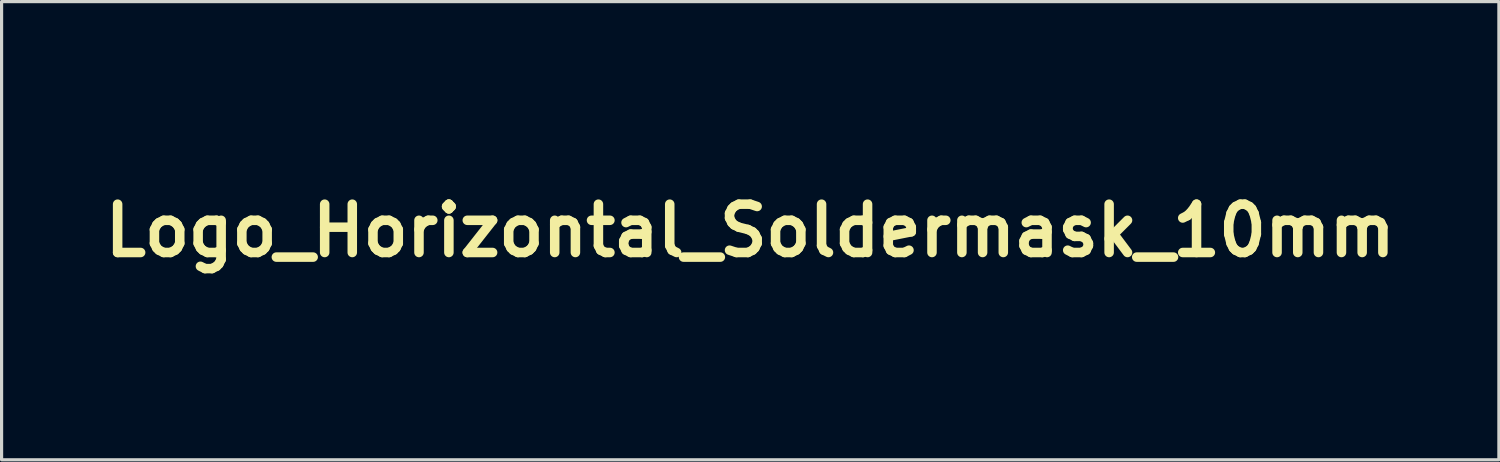
<source format=kicad_pcb>
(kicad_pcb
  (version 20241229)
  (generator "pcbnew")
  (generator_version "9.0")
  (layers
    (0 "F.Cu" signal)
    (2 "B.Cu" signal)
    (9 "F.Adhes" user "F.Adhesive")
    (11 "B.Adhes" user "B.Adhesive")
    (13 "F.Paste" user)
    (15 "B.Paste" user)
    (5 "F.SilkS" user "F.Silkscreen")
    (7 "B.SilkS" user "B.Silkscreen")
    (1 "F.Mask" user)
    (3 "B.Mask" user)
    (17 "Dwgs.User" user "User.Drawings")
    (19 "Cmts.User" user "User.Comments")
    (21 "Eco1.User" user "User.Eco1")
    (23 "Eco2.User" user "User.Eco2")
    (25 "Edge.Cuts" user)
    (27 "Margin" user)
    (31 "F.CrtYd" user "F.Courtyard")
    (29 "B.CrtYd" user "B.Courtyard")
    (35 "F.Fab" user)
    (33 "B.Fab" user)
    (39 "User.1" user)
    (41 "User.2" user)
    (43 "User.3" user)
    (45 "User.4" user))
  (footprint "Logo_Horizontal_Soldermask_10mm"
    (layer "F.Cu")
    (at 20.618 4.226)
    (property "Reference" "Logo_Horizontal_Soldermask_10mm" (at 0 0 0) (layer "F.SilkS") (effects (font (size 1.524 1.524) (thickness 0.3))))
    (attr through_hole)
    (fp_poly (pts (xy 9.427 -0.676) (xy 10.897 -0.676) (xy 10.897 -0.076) (xy 8.768 -0.076) (xy 8.768 -3.041) (xy 9.427 -3.041) (xy 9.427 -0.676)) (stroke (width 0.01) (type solid)) (fill yes) (layer "F.Mask"))
    (fp_poly (pts (xy 2.39 -2.433) (xy 1.487 -2.433) (xy 1.487 -0.076) (xy 0.828 -0.076) (xy 0.828 -2.433) (xy -0.076 -2.433) (xy -0.076 -3.041) (xy 2.39 -3.041) (xy 2.39 -2.433)) (stroke (width 0.01) (type solid)) (fill yes) (layer "F.Mask"))
    (fp_poly (pts (xy 10.922 1.107) (xy 9.925 1.107) (xy 9.925 3.759) (xy 9.579 3.759) (xy 9.579 1.107) (xy 8.591 1.107) (xy 8.591 0.794) (xy 10.922 0.794) (xy 10.922 1.107)) (stroke (width 0.01) (type solid)) (fill yes) (layer "F.Mask"))
    (fp_poly (pts (xy 5.119 -2.45) (xy 3.531 -2.45) (xy 3.531 -1.858) (xy 4.933 -1.858) (xy 4.933 -1.275) (xy 3.531 -1.275) (xy 3.531 -0.659) (xy 5.144 -0.659) (xy 5.144 -0.076) (xy 2.88 -0.076) (xy 2.88 -3.041) (xy 5.119 -3.041) (xy 5.119 -2.45)) (stroke (width 0.01) (type solid)) (fill yes) (layer "F.Mask"))
    (fp_poly (pts (xy 8.118 1.107) (xy 6.31 1.107) (xy 6.31 2.112) (xy 7.923 2.112) (xy 7.923 2.424) (xy 6.31 2.424) (xy 6.31 3.446) (xy 8.134 3.446) (xy 8.134 3.759) (xy 5.964 3.759) (xy 5.964 0.794) (xy 8.118 0.794) (xy 8.118 1.107)) (stroke (width 0.01) (type solid)) (fill yes) (layer "F.Mask"))
    (fp_poly (pts (xy 3.273 2.55) (xy 4.961 0.794) (xy 5.18 0.794) (xy 5.245 0.794) (xy 5.3 0.795) (xy 5.345 0.796) (xy 5.376 0.798) (xy 5.393 0.8) (xy 5.396 0.802) (xy 5.39 0.809) (xy 5.373 0.827) (xy 5.345 0.856) (xy 5.309 0.894) (xy 5.263 0.941) (xy 5.21 0.995) (xy 5.15 1.057) (xy 5.084 1.125) (xy 5.012 1.198) (xy 4.937 1.275) (xy 4.857 1.356) (xy 4.831 1.383) (xy 4.749 1.466) (xy 4.669 1.548) (xy 4.592 1.626) (xy 4.52 1.701) (xy 4.452 1.77) (xy 4.391 1.833) (xy 4.336 1.889) (xy 4.289 1.937) (xy 4.251 1.976) (xy 4.223 2.005) (xy 4.206 2.023) (xy 4.204 2.025) (xy 4.138 2.094) (xy 4.792 2.917) (xy 4.874 3.02) (xy 4.953 3.12) (xy 5.029 3.215) (xy 5.101 3.306) (xy 5.167 3.39) (xy 5.229 3.467) (xy 5.284 3.537) (xy 5.332 3.598) (xy 5.374 3.65) (xy 5.407 3.692) (xy 5.431 3.723) (xy 5.447 3.743) (xy 5.452 3.75) (xy 5.448 3.753) (xy 5.433 3.755) (xy 5.404 3.757) (xy 5.361 3.758) (xy 5.303 3.759) (xy 5.243 3.759) (xy 5.028 3.759) (xy 4.463 3.045) (xy 3.898 2.331) (xy 3.584 2.65) (xy 3.269 2.968) (xy 3.269 3.759) (xy 2.931 3.759) (xy 2.931 0.794) (xy 3.269 0.794) (xy 3.273 2.55)) (stroke (width 0.01) (type solid)) (fill yes) (layer "F.Mask"))
    (fp_poly (pts (xy 16.845 0.794) (xy 16.894 0.795) (xy 16.936 0.796) (xy 16.966 0.797) (xy 16.984 0.798) (xy 16.987 0.799) (xy 16.982 0.806) (xy 16.968 0.827) (xy 16.946 0.859) (xy 16.916 0.904) (xy 16.879 0.958) (xy 16.835 1.023) (xy 16.784 1.096) (xy 16.728 1.178) (xy 16.667 1.267) (xy 16.602 1.362) (xy 16.532 1.463) (xy 16.46 1.568) (xy 16.384 1.678) (xy 16.374 1.692) (xy 15.762 2.58) (xy 15.762 3.759) (xy 15.416 3.759) (xy 15.416 2.595) (xy 14.799 1.698) (xy 14.723 1.588) (xy 14.65 1.481) (xy 14.58 1.379) (xy 14.513 1.283) (xy 14.452 1.192) (xy 14.395 1.109) (xy 14.343 1.034) (xy 14.298 0.968) (xy 14.259 0.912) (xy 14.228 0.866) (xy 14.204 0.831) (xy 14.189 0.808) (xy 14.183 0.798) (xy 14.182 0.798) (xy 14.191 0.797) (xy 14.213 0.796) (xy 14.248 0.796) (xy 14.293 0.795) (xy 14.346 0.796) (xy 14.391 0.796) (xy 14.599 0.798) (xy 15.09 1.526) (xy 15.157 1.626) (xy 15.222 1.722) (xy 15.283 1.813) (xy 15.341 1.898) (xy 15.394 1.977) (xy 15.442 2.048) (xy 15.484 2.11) (xy 15.52 2.163) (xy 15.549 2.205) (xy 15.57 2.236) (xy 15.582 2.254) (xy 15.586 2.26) (xy 15.592 2.254) (xy 15.606 2.234) (xy 15.628 2.203) (xy 15.658 2.16) (xy 15.695 2.107) (xy 15.738 2.045) (xy 15.787 1.974) (xy 15.842 1.895) (xy 15.9 1.809) (xy 15.963 1.718) (xy 16.028 1.622) (xy 16.091 1.529) (xy 16.591 0.794) (xy 16.789 0.794) (xy 16.845 0.794)) (stroke (width 0.01) (type solid)) (fill yes) (layer "F.Mask"))
    (fp_poly (pts (xy -5.787 0.794) (xy -5.663 0.794) (xy -5.551 0.795) (xy -5.451 0.796) (xy -5.363 0.797) (xy -5.29 0.798) (xy -5.23 0.799) (xy -5.186 0.801) (xy -5.158 0.803) (xy -5.154 0.803) (xy -5.012 0.825) (xy -4.881 0.859) (xy -4.761 0.904) (xy -4.653 0.959) (xy -4.557 1.026) (xy -4.473 1.102) (xy -4.402 1.189) (xy -4.344 1.285) (xy -4.301 1.39) (xy -4.271 1.505) (xy -4.265 1.537) (xy -4.26 1.587) (xy -4.258 1.647) (xy -4.259 1.713) (xy -4.263 1.779) (xy -4.268 1.84) (xy -4.277 1.891) (xy -4.281 1.911) (xy -4.319 2.023) (xy -4.37 2.125) (xy -4.433 2.217) (xy -4.51 2.299) (xy -4.6 2.37) (xy -4.704 2.432) (xy -4.821 2.484) (xy -4.952 2.527) (xy -5.028 2.546) (xy -5.032 2.547) (xy -5.034 2.55) (xy -5.035 2.554) (xy -5.033 2.561) (xy -5.027 2.571) (xy -5.018 2.586) (xy -5.005 2.606) (xy -4.987 2.632) (xy -4.963 2.665) (xy -4.933 2.706) (xy -4.897 2.756) (xy -4.853 2.814) (xy -4.801 2.884) (xy -4.741 2.964) (xy -4.672 3.056) (xy -4.606 3.144) (xy -4.539 3.233) (xy -4.476 3.317) (xy -4.416 3.397) (xy -4.36 3.472) (xy -4.309 3.539) (xy -4.264 3.599) (xy -4.226 3.65) (xy -4.195 3.692) (xy -4.172 3.722) (xy -4.158 3.742) (xy -4.153 3.748) (xy -4.154 3.751) (xy -4.162 3.754) (xy -4.18 3.756) (xy -4.208 3.758) (xy -4.249 3.758) (xy -4.303 3.759) (xy -4.357 3.759) (xy -4.568 3.759) (xy -4.997 3.185) (xy -5.425 2.61) (xy -6.259 2.61) (xy -6.259 3.759) (xy -6.606 3.759) (xy -6.606 1.107) (xy -6.259 1.107) (xy -6.259 2.306) (xy -5.805 2.306) (xy -5.716 2.306) (xy -5.629 2.305) (xy -5.546 2.305) (xy -5.47 2.304) (xy -5.402 2.302) (xy -5.344 2.301) (xy -5.299 2.3) (xy -5.268 2.298) (xy -5.261 2.297) (xy -5.14 2.28) (xy -5.03 2.251) (xy -4.931 2.211) (xy -4.845 2.162) (xy -4.771 2.102) (xy -4.71 2.033) (xy -4.662 1.955) (xy -4.628 1.869) (xy -4.608 1.775) (xy -4.604 1.694) (xy -4.609 1.599) (xy -4.627 1.515) (xy -4.659 1.438) (xy -4.704 1.368) (xy -4.756 1.309) (xy -4.827 1.249) (xy -4.911 1.199) (xy -5.007 1.161) (xy -5.115 1.133) (xy -5.237 1.116) (xy -5.251 1.115) (xy -5.281 1.114) (xy -5.325 1.112) (xy -5.382 1.111) (xy -5.449 1.109) (xy -5.526 1.108) (xy -5.608 1.107) (xy -5.695 1.107) (xy -5.785 1.107) (xy -5.809 1.107) (xy -6.259 1.107) (xy -6.606 1.107) (xy -6.606 0.794) (xy -5.921 0.794) (xy -5.787 0.794)) (stroke (width 0.01) (type solid)) (fill yes) (layer "F.Mask"))
    (fp_poly (pts (xy 6.573 -3.041) (xy 6.696 -3.041) (xy 6.803 -3.04) (xy 6.898 -3.04) (xy 6.98 -3.039) (xy 7.051 -3.038) (xy 7.113 -3.037) (xy 7.167 -3.035) (xy 7.213 -3.033) (xy 7.253 -3.03) (xy 7.289 -3.027) (xy 7.321 -3.023) (xy 7.35 -3.019) (xy 7.379 -3.014) (xy 7.407 -3.008) (xy 7.414 -3.007) (xy 7.542 -2.973) (xy 7.661 -2.927) (xy 7.769 -2.869) (xy 7.867 -2.799) (xy 7.953 -2.719) (xy 8.026 -2.629) (xy 8.075 -2.549) (xy 8.11 -2.477) (xy 8.138 -2.406) (xy 8.158 -2.333) (xy 8.172 -2.254) (xy 8.18 -2.165) (xy 8.183 -2.105) (xy 8.183 -1.989) (xy 8.176 -1.885) (xy 8.161 -1.791) (xy 8.138 -1.705) (xy 8.106 -1.623) (xy 8.092 -1.595) (xy 8.066 -1.544) (xy 8.039 -1.501) (xy 8.01 -1.461) (xy 7.974 -1.419) (xy 7.948 -1.391) (xy 7.858 -1.306) (xy 7.758 -1.234) (xy 7.656 -1.177) (xy 7.561 -1.13) (xy 7.596 -1.078) (xy 7.607 -1.062) (xy 7.626 -1.034) (xy 7.653 -0.994) (xy 7.687 -0.944) (xy 7.727 -0.886) (xy 7.772 -0.82) (xy 7.821 -0.748) (xy 7.873 -0.671) (xy 7.928 -0.592) (xy 7.949 -0.562) (xy 8.003 -0.482) (xy 8.054 -0.407) (xy 8.102 -0.337) (xy 8.146 -0.273) (xy 8.185 -0.216) (xy 8.217 -0.168) (xy 8.243 -0.13) (xy 8.261 -0.104) (xy 8.271 -0.089) (xy 8.273 -0.087) (xy 8.271 -0.084) (xy 8.262 -0.082) (xy 8.245 -0.08) (xy 8.218 -0.079) (xy 8.18 -0.078) (xy 8.129 -0.077) (xy 8.066 -0.077) (xy 7.988 -0.076) (xy 7.894 -0.076) (xy 7.892 -0.076) (xy 7.505 -0.077) (xy 7.189 -0.549) (xy 6.872 -1.022) (xy 6.369 -1.022) (xy 6.369 -0.076) (xy 5.71 -0.076) (xy 5.71 -2.441) (xy 6.369 -2.441) (xy 6.369 -1.604) (xy 6.764 -1.607) (xy 6.858 -1.608) (xy 6.937 -1.609) (xy 7.002 -1.609) (xy 7.055 -1.611) (xy 7.098 -1.612) (xy 7.131 -1.614) (xy 7.158 -1.616) (xy 7.178 -1.618) (xy 7.194 -1.621) (xy 7.208 -1.624) (xy 7.208 -1.624) (xy 7.288 -1.654) (xy 7.354 -1.692) (xy 7.393 -1.723) (xy 7.445 -1.78) (xy 7.483 -1.844) (xy 7.506 -1.915) (xy 7.517 -1.997) (xy 7.518 -2.027) (xy 7.511 -2.114) (xy 7.491 -2.191) (xy 7.458 -2.257) (xy 7.412 -2.314) (xy 7.351 -2.361) (xy 7.304 -2.387) (xy 7.278 -2.399) (xy 7.252 -2.409) (xy 7.227 -2.417) (xy 7.198 -2.424) (xy 7.166 -2.43) (xy 7.128 -2.434) (xy 7.083 -2.437) (xy 7.029 -2.439) (xy 6.963 -2.44) (xy 6.885 -2.441) (xy 6.793 -2.441) (xy 6.74 -2.441) (xy 6.369 -2.441) (xy 5.71 -2.441) (xy 5.71 -3.041) (xy 6.436 -3.041) (xy 6.573 -3.041)) (stroke (width 0.01) (type solid)) (fill yes) (layer "F.Mask"))
    (fp_poly (pts (xy 12.356 0.794) (xy 12.474 0.794) (xy 12.577 0.795) (xy 12.667 0.795) (xy 12.746 0.796) (xy 12.813 0.797) (xy 12.871 0.799) (xy 12.921 0.8) (xy 12.965 0.803) (xy 13.002 0.806) (xy 13.035 0.809) (xy 13.065 0.813) (xy 13.094 0.817) (xy 13.121 0.822) (xy 13.135 0.825) (xy 13.249 0.854) (xy 13.358 0.894) (xy 13.461 0.944) (xy 13.554 1.002) (xy 13.636 1.067) (xy 13.702 1.135) (xy 13.74 1.187) (xy 13.777 1.25) (xy 13.812 1.319) (xy 13.841 1.387) (xy 13.861 1.449) (xy 13.862 1.453) (xy 13.874 1.514) (xy 13.882 1.586) (xy 13.885 1.664) (xy 13.885 1.74) (xy 13.88 1.811) (xy 13.875 1.849) (xy 13.859 1.919) (xy 13.836 1.991) (xy 13.809 2.06) (xy 13.78 2.119) (xy 13.776 2.125) (xy 13.713 2.214) (xy 13.635 2.295) (xy 13.545 2.368) (xy 13.442 2.43) (xy 13.33 2.483) (xy 13.208 2.523) (xy 13.166 2.534) (xy 13.135 2.542) (xy 13.111 2.548) (xy 13.098 2.552) (xy 13.097 2.553) (xy 13.101 2.56) (xy 13.115 2.579) (xy 13.138 2.61) (xy 13.169 2.652) (xy 13.207 2.703) (xy 13.251 2.763) (xy 13.302 2.83) (xy 13.357 2.904) (xy 13.417 2.983) (xy 13.48 3.068) (xy 13.529 3.134) (xy 13.595 3.222) (xy 13.659 3.306) (xy 13.719 3.385) (xy 13.774 3.46) (xy 13.825 3.527) (xy 13.87 3.587) (xy 13.908 3.638) (xy 13.94 3.68) (xy 13.963 3.711) (xy 13.977 3.73) (xy 13.981 3.736) (xy 13.998 3.759) (xy 13.576 3.759) (xy 12.718 2.61) (xy 11.885 2.61) (xy 11.885 3.759) (xy 11.539 3.759) (xy 11.539 1.107) (xy 11.885 1.107) (xy 11.885 2.307) (xy 12.402 2.304) (xy 12.509 2.303) (xy 12.6 2.302) (xy 12.678 2.302) (xy 12.743 2.301) (xy 12.797 2.3) (xy 12.841 2.299) (xy 12.877 2.297) (xy 12.907 2.296) (xy 12.931 2.294) (xy 12.951 2.291) (xy 12.97 2.288) (xy 12.987 2.285) (xy 13.004 2.281) (xy 13.111 2.252) (xy 13.204 2.216) (xy 13.285 2.17) (xy 13.356 2.116) (xy 13.379 2.094) (xy 13.439 2.026) (xy 13.484 1.954) (xy 13.514 1.877) (xy 13.533 1.791) (xy 13.538 1.723) (xy 13.538 1.639) (xy 13.529 1.566) (xy 13.511 1.499) (xy 13.486 1.44) (xy 13.439 1.363) (xy 13.378 1.296) (xy 13.304 1.239) (xy 13.218 1.192) (xy 13.119 1.156) (xy 13.008 1.13) (xy 12.893 1.115) (xy 12.863 1.114) (xy 12.819 1.112) (xy 12.762 1.111) (xy 12.695 1.109) (xy 12.618 1.108) (xy 12.536 1.107) (xy 12.449 1.107) (xy 12.359 1.107) (xy 12.336 1.107) (xy 11.885 1.107) (xy 11.539 1.107) (xy 11.539 0.794) (xy 12.223 0.794) (xy 12.356 0.794)) (stroke (width 0.01) (type solid)) (fill yes) (layer "F.Mask"))
    (fp_poly (pts (xy -0.71 -1.582) (xy -0.646 -1.431) (xy -0.584 -1.285) (xy -0.524 -1.143) (xy -0.466 -1.007) (xy -0.411 -0.878) (xy -0.359 -0.755) (xy -0.31 -0.641) (xy -0.265 -0.535) (xy -0.224 -0.438) (xy -0.188 -0.352) (xy -0.156 -0.276) (xy -0.129 -0.213) (xy -0.107 -0.162) (xy -0.092 -0.124) (xy -0.082 -0.1) (xy -0.078 -0.091) (xy -0.078 -0.087) (xy -0.08 -0.084) (xy -0.087 -0.082) (xy -0.1 -0.08) (xy -0.119 -0.079) (xy -0.148 -0.078) (xy -0.187 -0.077) (xy -0.237 -0.077) (xy -0.301 -0.077) (xy -0.379 -0.078) (xy -0.419 -0.078) (xy -0.763 -0.08) (xy -1.028 -0.731) (xy -1.652 -0.733) (xy -2.276 -0.735) (xy -2.364 -0.517) (xy -2.391 -0.453) (xy -2.417 -0.387) (xy -2.443 -0.323) (xy -2.467 -0.265) (xy -2.487 -0.217) (xy -2.498 -0.188) (xy -2.544 -0.076) (xy -3.218 -0.076) (xy -3.21 -0.095) (xy -3.206 -0.105) (xy -3.196 -0.129) (xy -3.18 -0.166) (xy -3.159 -0.217) (xy -3.132 -0.279) (xy -3.101 -0.352) (xy -3.066 -0.435) (xy -3.027 -0.527) (xy -2.985 -0.626) (xy -2.939 -0.733) (xy -2.891 -0.846) (xy -2.841 -0.964) (xy -2.789 -1.086) (xy -2.736 -1.211) (xy -2.689 -1.323) (xy -2.036 -1.323) (xy -2.028 -1.322) (xy -2.004 -1.321) (xy -1.967 -1.32) (xy -1.918 -1.319) (xy -1.859 -1.319) (xy -1.792 -1.318) (xy -1.718 -1.318) (xy -1.651 -1.318) (xy -1.572 -1.318) (xy -1.499 -1.318) (xy -1.433 -1.319) (xy -1.376 -1.32) (xy -1.329 -1.321) (xy -1.295 -1.322) (xy -1.274 -1.324) (xy -1.268 -1.325) (xy -1.284 -1.366) (xy -1.305 -1.416) (xy -1.329 -1.475) (xy -1.355 -1.54) (xy -1.384 -1.61) (xy -1.414 -1.683) (xy -1.446 -1.758) (xy -1.477 -1.833) (xy -1.508 -1.907) (xy -1.537 -1.977) (xy -1.565 -2.043) (xy -1.591 -2.102) (xy -1.613 -2.154) (xy -1.631 -2.196) (xy -1.645 -2.227) (xy -1.653 -2.245) (xy -1.656 -2.249) (xy -1.66 -2.241) (xy -1.67 -2.218) (xy -1.684 -2.183) (xy -1.703 -2.138) (xy -1.726 -2.083) (xy -1.751 -2.021) (xy -1.779 -1.954) (xy -1.808 -1.883) (xy -1.838 -1.81) (xy -1.869 -1.736) (xy -1.898 -1.663) (xy -1.927 -1.593) (xy -1.954 -1.528) (xy -1.978 -1.468) (xy -1.999 -1.417) (xy -2.015 -1.375) (xy -2.028 -1.344) (xy -2.034 -1.326) (xy -2.036 -1.323) (xy -2.689 -1.323) (xy -2.682 -1.339) (xy -2.627 -1.468) (xy -2.572 -1.597) (xy -2.517 -1.726) (xy -2.463 -1.853) (xy -2.41 -1.978) (xy -2.358 -2.099) (xy -2.308 -2.216) (xy -2.261 -2.328) (xy -2.216 -2.433) (xy -2.174 -2.532) (xy -2.136 -2.622) (xy -2.101 -2.703) (xy -2.071 -2.774) (xy -2.045 -2.833) (xy -2.025 -2.881) (xy -2.01 -2.917) (xy -2.005 -2.929) (xy -1.949 -3.058) (xy -1.339 -3.058) (xy -0.71 -1.582)) (stroke (width 0.01) (type solid)) (fill yes) (layer "F.Mask"))
    (fp_poly (pts (xy 1.297 0.747) (xy 1.363 0.752) (xy 1.521 0.774) (xy 1.67 0.809) (xy 1.811 0.859) (xy 1.946 0.923) (xy 2.077 1.003) (xy 2.188 1.085) (xy 2.231 1.12) (xy 2.269 1.153) (xy 2.299 1.181) (xy 2.32 1.202) (xy 2.331 1.216) (xy 2.331 1.218) (xy 2.326 1.227) (xy 2.311 1.245) (xy 2.288 1.27) (xy 2.26 1.301) (xy 2.229 1.334) (xy 2.197 1.368) (xy 2.167 1.399) (xy 2.14 1.427) (xy 2.118 1.447) (xy 2.105 1.459) (xy 2.102 1.461) (xy 2.092 1.456) (xy 2.074 1.442) (xy 2.049 1.421) (xy 2.032 1.406) (xy 1.916 1.311) (xy 1.792 1.23) (xy 1.663 1.164) (xy 1.529 1.113) (xy 1.391 1.079) (xy 1.377 1.076) (xy 1.32 1.069) (xy 1.252 1.065) (xy 1.178 1.063) (xy 1.104 1.065) (xy 1.035 1.07) (xy 0.98 1.077) (xy 0.847 1.108) (xy 0.723 1.154) (xy 0.606 1.214) (xy 0.495 1.29) (xy 0.391 1.382) (xy 0.388 1.385) (xy 0.295 1.489) (xy 0.216 1.602) (xy 0.15 1.723) (xy 0.098 1.855) (xy 0.059 1.997) (xy 0.053 2.023) (xy 0.046 2.076) (xy 0.04 2.141) (xy 0.037 2.214) (xy 0.037 2.291) (xy 0.039 2.367) (xy 0.044 2.439) (xy 0.051 2.501) (xy 0.057 2.539) (xy 0.096 2.684) (xy 0.148 2.818) (xy 0.213 2.942) (xy 0.289 3.056) (xy 0.377 3.157) (xy 0.475 3.247) (xy 0.584 3.324) (xy 0.702 3.388) (xy 0.829 3.439) (xy 0.965 3.475) (xy 0.977 3.477) (xy 1.034 3.485) (xy 1.103 3.49) (xy 1.178 3.491) (xy 1.254 3.49) (xy 1.327 3.485) (xy 1.39 3.477) (xy 1.501 3.453) (xy 1.607 3.418) (xy 1.712 3.372) (xy 1.815 3.313) (xy 1.92 3.241) (xy 2.028 3.154) (xy 2.064 3.122) (xy 2.13 3.064) (xy 2.239 3.173) (xy 2.274 3.208) (xy 2.304 3.239) (xy 2.328 3.264) (xy 2.343 3.282) (xy 2.348 3.289) (xy 2.342 3.298) (xy 2.326 3.316) (xy 2.301 3.34) (xy 2.271 3.369) (xy 2.237 3.4) (xy 2.202 3.431) (xy 2.168 3.459) (xy 2.166 3.461) (xy 2.037 3.558) (xy 1.902 3.639) (xy 1.76 3.704) (xy 1.612 3.753) (xy 1.459 3.787) (xy 1.386 3.797) (xy 1.311 3.804) (xy 1.228 3.807) (xy 1.142 3.808) (xy 1.06 3.806) (xy 0.986 3.801) (xy 0.955 3.797) (xy 0.799 3.767) (xy 0.65 3.723) (xy 0.508 3.663) (xy 0.375 3.59) (xy 0.251 3.504) (xy 0.136 3.404) (xy 0.033 3.293) (xy -0.06 3.171) (xy -0.14 3.038) (xy -0.207 2.895) (xy -0.223 2.853) (xy -0.268 2.711) (xy -0.299 2.561) (xy -0.317 2.407) (xy -0.321 2.251) (xy -0.312 2.096) (xy -0.289 1.945) (xy -0.253 1.801) (xy -0.244 1.774) (xy -0.189 1.629) (xy -0.123 1.495) (xy -0.044 1.372) (xy 0.047 1.255) (xy 0.145 1.152) (xy 0.263 1.05) (xy 0.389 0.961) (xy 0.523 0.888) (xy 0.665 0.829) (xy 0.813 0.786) (xy 0.969 0.758) (xy 1.13 0.744) (xy 1.297 0.747)) (stroke (width 0.01) (type solid)) (fill yes) (layer "F.Mask"))
    (fp_poly (pts (xy 12.988 -3.084) (xy 13.152 -3.062) (xy 13.177 -3.057) (xy 13.287 -3.031) (xy 13.395 -2.995) (xy 13.505 -2.949) (xy 13.57 -2.918) (xy 13.671 -2.865) (xy 13.76 -2.808) (xy 13.844 -2.745) (xy 13.928 -2.672) (xy 13.948 -2.653) (xy 14.055 -2.54) (xy 14.146 -2.419) (xy 14.223 -2.291) (xy 14.228 -2.281) (xy 14.287 -2.155) (xy 14.333 -2.034) (xy 14.367 -1.913) (xy 14.389 -1.789) (xy 14.4 -1.659) (xy 14.402 -1.562) (xy 14.396 -1.409) (xy 14.378 -1.266) (xy 14.347 -1.131) (xy 14.303 -1) (xy 14.245 -0.871) (xy 14.231 -0.845) (xy 14.15 -0.708) (xy 14.055 -0.581) (xy 13.948 -0.466) (xy 13.83 -0.362) (xy 13.703 -0.27) (xy 13.566 -0.192) (xy 13.421 -0.128) (xy 13.269 -0.079) (xy 13.224 -0.067) (xy 13.137 -0.05) (xy 13.039 -0.038) (xy 12.934 -0.03) (xy 12.827 -0.026) (xy 12.723 -0.027) (xy 12.626 -0.033) (xy 12.607 -0.035) (xy 12.461 -0.06) (xy 12.315 -0.099) (xy 12.173 -0.152) (xy 12.037 -0.217) (xy 11.908 -0.295) (xy 11.788 -0.383) (xy 11.68 -0.48) (xy 11.603 -0.565) (xy 11.507 -0.693) (xy 11.426 -0.829) (xy 11.36 -0.971) (xy 11.31 -1.12) (xy 11.275 -1.274) (xy 11.256 -1.432) (xy 11.253 -1.563) (xy 11.949 -1.563) (xy 11.949 -1.503) (xy 11.95 -1.457) (xy 11.951 -1.42) (xy 11.954 -1.391) (xy 11.958 -1.365) (xy 11.963 -1.339) (xy 11.971 -1.31) (xy 11.972 -1.305) (xy 11.997 -1.228) (xy 12.03 -1.148) (xy 12.069 -1.071) (xy 12.104 -1.014) (xy 12.177 -0.922) (xy 12.262 -0.84) (xy 12.357 -0.77) (xy 12.46 -0.712) (xy 12.57 -0.669) (xy 12.665 -0.646) (xy 12.712 -0.639) (xy 12.77 -0.636) (xy 12.834 -0.636) (xy 12.9 -0.638) (xy 12.963 -0.643) (xy 13.017 -0.65) (xy 13.052 -0.657) (xy 13.168 -0.697) (xy 13.275 -0.75) (xy 13.372 -0.816) (xy 13.459 -0.895) (xy 13.534 -0.986) (xy 13.598 -1.087) (xy 13.65 -1.199) (xy 13.688 -1.32) (xy 13.697 -1.36) (xy 13.706 -1.418) (xy 13.712 -1.487) (xy 13.713 -1.561) (xy 13.711 -1.634) (xy 13.705 -1.702) (xy 13.697 -1.749) (xy 13.663 -1.873) (xy 13.615 -1.988) (xy 13.554 -2.093) (xy 13.481 -2.187) (xy 13.396 -2.27) (xy 13.3 -2.341) (xy 13.194 -2.4) (xy 13.079 -2.444) (xy 12.968 -2.47) (xy 12.853 -2.482) (xy 12.737 -2.478) (xy 12.622 -2.46) (xy 12.512 -2.428) (xy 12.424 -2.39) (xy 12.325 -2.331) (xy 12.234 -2.257) (xy 12.153 -2.172) (xy 12.084 -2.076) (xy 12.028 -1.972) (xy 12.014 -1.939) (xy 11.993 -1.885) (xy 11.977 -1.839) (xy 11.966 -1.796) (xy 11.958 -1.754) (xy 11.953 -1.708) (xy 11.95 -1.654) (xy 11.949 -1.588) (xy 11.949 -1.563) (xy 11.253 -1.563) (xy 11.252 -1.595) (xy 11.26 -1.716) (xy 11.284 -1.872) (xy 11.325 -2.025) (xy 11.381 -2.173) (xy 11.452 -2.315) (xy 11.501 -2.397) (xy 11.593 -2.523) (xy 11.697 -2.638) (xy 11.811 -2.74) (xy 11.935 -2.831) (xy 12.067 -2.908) (xy 12.208 -2.973) (xy 12.354 -3.024) (xy 12.507 -3.061) (xy 12.664 -3.083) (xy 12.824 -3.091) (xy 12.988 -3.084)) (stroke (width 0.01) (type solid)) (fill yes) (layer "F.Mask"))
    (fp_poly (pts (xy 16.547 -3.087) (xy 16.71 -3.068) (xy 16.769 -3.057) (xy 16.89 -3.027) (xy 17.015 -2.983) (xy 17.14 -2.93) (xy 17.258 -2.867) (xy 17.348 -2.812) (xy 17.402 -2.772) (xy 17.461 -2.722) (xy 17.522 -2.666) (xy 17.583 -2.606) (xy 17.639 -2.546) (xy 17.688 -2.489) (xy 17.726 -2.439) (xy 17.727 -2.437) (xy 17.811 -2.299) (xy 17.879 -2.157) (xy 17.931 -2.011) (xy 17.968 -1.859) (xy 17.98 -1.789) (xy 17.987 -1.727) (xy 17.99 -1.654) (xy 17.992 -1.574) (xy 17.99 -1.491) (xy 17.986 -1.41) (xy 17.98 -1.335) (xy 17.971 -1.271) (xy 17.967 -1.25) (xy 17.927 -1.095) (xy 17.872 -0.947) (xy 17.803 -0.808) (xy 17.721 -0.678) (xy 17.626 -0.557) (xy 17.52 -0.446) (xy 17.404 -0.347) (xy 17.277 -0.26) (xy 17.142 -0.185) (xy 16.998 -0.124) (xy 16.847 -0.077) (xy 16.689 -0.044) (xy 16.65 -0.039) (xy 16.593 -0.033) (xy 16.524 -0.029) (xy 16.45 -0.027) (xy 16.374 -0.027) (xy 16.302 -0.028) (xy 16.238 -0.031) (xy 16.204 -0.035) (xy 16.053 -0.06) (xy 15.905 -0.1) (xy 15.761 -0.153) (xy 15.623 -0.22) (xy 15.494 -0.298) (xy 15.374 -0.387) (xy 15.266 -0.486) (xy 15.197 -0.562) (xy 15.1 -0.69) (xy 15.019 -0.825) (xy 14.953 -0.966) (xy 14.902 -1.111) (xy 14.876 -1.221) (xy 14.851 -1.384) (xy 14.843 -1.547) (xy 14.846 -1.604) (xy 15.536 -1.604) (xy 15.537 -1.48) (xy 15.551 -1.366) (xy 15.576 -1.259) (xy 15.615 -1.157) (xy 15.638 -1.111) (xy 15.702 -1.005) (xy 15.778 -0.911) (xy 15.866 -0.829) (xy 15.963 -0.76) (xy 16.07 -0.704) (xy 16.186 -0.663) (xy 16.277 -0.641) (xy 16.313 -0.637) (xy 16.362 -0.636) (xy 16.418 -0.636) (xy 16.477 -0.638) (xy 16.535 -0.642) (xy 16.587 -0.648) (xy 16.63 -0.655) (xy 16.643 -0.658) (xy 16.742 -0.689) (xy 16.83 -0.728) (xy 16.91 -0.776) (xy 16.985 -0.836) (xy 17.026 -0.874) (xy 17.092 -0.945) (xy 17.146 -1.015) (xy 17.19 -1.087) (xy 17.225 -1.159) (xy 17.269 -1.281) (xy 17.296 -1.406) (xy 17.307 -1.533) (xy 17.301 -1.66) (xy 17.278 -1.787) (xy 17.258 -1.859) (xy 17.211 -1.976) (xy 17.152 -2.083) (xy 17.081 -2.179) (xy 16.997 -2.263) (xy 16.902 -2.335) (xy 16.796 -2.395) (xy 16.68 -2.441) (xy 16.619 -2.459) (xy 16.584 -2.467) (xy 16.55 -2.473) (xy 16.514 -2.476) (xy 16.471 -2.478) (xy 16.417 -2.479) (xy 16.325 -2.476) (xy 16.244 -2.467) (xy 16.17 -2.451) (xy 16.098 -2.427) (xy 16.022 -2.393) (xy 16.007 -2.385) (xy 15.908 -2.326) (xy 15.82 -2.254) (xy 15.742 -2.168) (xy 15.674 -2.069) (xy 15.635 -1.998) (xy 15.598 -1.919) (xy 15.572 -1.846) (xy 15.553 -1.772) (xy 15.542 -1.693) (xy 15.536 -1.604) (xy 14.846 -1.604) (xy 14.851 -1.707) (xy 14.874 -1.863) (xy 14.913 -2.015) (xy 14.967 -2.162) (xy 15.036 -2.303) (xy 15.12 -2.437) (xy 15.218 -2.563) (xy 15.264 -2.613) (xy 15.375 -2.719) (xy 15.497 -2.812) (xy 15.629 -2.892) (xy 15.769 -2.96) (xy 15.915 -3.014) (xy 16.068 -3.054) (xy 16.225 -3.079) (xy 16.385 -3.091) (xy 16.547 -3.087)) (stroke (width 0.01) (type solid)) (fill yes) (layer "F.Mask"))
    (fp_poly (pts (xy -2.175 0.746) (xy -2.012 0.759) (xy -1.858 0.787) (xy -1.712 0.829) (xy -1.573 0.886) (xy -1.471 0.939) (xy -1.339 1.024) (xy -1.219 1.121) (xy -1.111 1.229) (xy -1.015 1.349) (xy -0.931 1.481) (xy -0.878 1.582) (xy -0.835 1.68) (xy -0.8 1.775) (xy -0.771 1.876) (xy -0.754 1.951) (xy -0.747 1.986) (xy -0.741 2.016) (xy -0.737 2.044) (xy -0.735 2.075) (xy -0.733 2.111) (xy -0.732 2.154) (xy -0.731 2.209) (xy -0.731 2.268) (xy -0.732 2.355) (xy -0.734 2.429) (xy -0.738 2.493) (xy -0.745 2.552) (xy -0.756 2.609) (xy -0.77 2.667) (xy -0.789 2.732) (xy -0.803 2.776) (xy -0.86 2.924) (xy -0.93 3.064) (xy -1.014 3.194) (xy -1.11 3.314) (xy -1.217 3.422) (xy -1.335 3.52) (xy -1.462 3.604) (xy -1.598 3.675) (xy -1.742 3.732) (xy -1.85 3.763) (xy -1.951 3.784) (xy -2.063 3.799) (xy -2.18 3.807) (xy -2.295 3.809) (xy -2.405 3.803) (xy -2.433 3.8) (xy -2.583 3.775) (xy -2.73 3.735) (xy -2.875 3.678) (xy -2.927 3.654) (xy -3.062 3.578) (xy -3.186 3.49) (xy -3.3 3.39) (xy -3.402 3.279) (xy -3.492 3.157) (xy -3.57 3.025) (xy -3.634 2.884) (xy -3.685 2.736) (xy -3.722 2.58) (xy -3.742 2.442) (xy -3.75 2.282) (xy -3.747 2.219) (xy -3.392 2.219) (xy -3.391 2.36) (xy -3.374 2.5) (xy -3.343 2.637) (xy -3.307 2.747) (xy -3.249 2.875) (xy -3.178 2.993) (xy -3.096 3.1) (xy -3.003 3.195) (xy -2.901 3.279) (xy -2.789 3.35) (xy -2.671 3.407) (xy -2.546 3.451) (xy -2.415 3.479) (xy -2.28 3.492) (xy -2.19 3.492) (xy -2.143 3.489) (xy -2.093 3.485) (xy -2.048 3.479) (xy -2.028 3.476) (xy -1.896 3.445) (xy -1.771 3.398) (xy -1.653 3.337) (xy -1.543 3.262) (xy -1.442 3.176) (xy -1.352 3.077) (xy -1.273 2.968) (xy -1.206 2.848) (xy -1.152 2.72) (xy -1.145 2.7) (xy -1.126 2.637) (xy -1.111 2.58) (xy -1.1 2.526) (xy -1.092 2.469) (xy -1.088 2.406) (xy -1.086 2.333) (xy -1.086 2.281) (xy -1.086 2.216) (xy -1.087 2.165) (xy -1.089 2.124) (xy -1.092 2.09) (xy -1.096 2.059) (xy -1.102 2.028) (xy -1.105 2.013) (xy -1.144 1.87) (xy -1.197 1.736) (xy -1.263 1.612) (xy -1.344 1.497) (xy -1.436 1.393) (xy -1.54 1.3) (xy -1.651 1.222) (xy -1.77 1.16) (xy -1.895 1.113) (xy -2.027 1.081) (xy -2.166 1.065) (xy -2.238 1.063) (xy -2.38 1.071) (xy -2.516 1.094) (xy -2.646 1.133) (xy -2.768 1.186) (xy -2.883 1.255) (xy -2.989 1.337) (xy -3.086 1.434) (xy -3.173 1.544) (xy -3.19 1.568) (xy -3.258 1.685) (xy -3.312 1.811) (xy -3.353 1.943) (xy -3.38 2.079) (xy -3.392 2.219) (xy -3.747 2.219) (xy -3.742 2.124) (xy -3.719 1.968) (xy -3.682 1.817) (xy -3.63 1.671) (xy -3.565 1.532) (xy -3.486 1.4) (xy -3.395 1.278) (xy -3.291 1.165) (xy -3.176 1.063) (xy -3.084 0.996) (xy -2.95 0.916) (xy -2.809 0.851) (xy -2.661 0.801) (xy -2.507 0.767) (xy -2.349 0.748) (xy -2.186 0.746) (xy -2.175 0.746)) (stroke (width 0.01) (type solid)) (fill yes) (layer "F.Mask"))
    (fp_poly (pts (xy -4.701 -2.317) (xy -4.646 -2.151) (xy -4.596 -2) (xy -4.551 -1.864) (xy -4.511 -1.741) (xy -4.475 -1.632) (xy -4.443 -1.535) (xy -4.414 -1.45) (xy -4.39 -1.375) (xy -4.368 -1.311) (xy -4.35 -1.256) (xy -4.335 -1.21) (xy -4.322 -1.172) (xy -4.311 -1.141) (xy -4.303 -1.116) (xy -4.296 -1.098) (xy -4.291 -1.084) (xy -4.288 -1.075) (xy -4.285 -1.069) (xy -4.284 -1.065) (xy -4.283 -1.064) (xy -4.282 -1.064) (xy -4.279 -1.072) (xy -4.272 -1.095) (xy -4.26 -1.133) (xy -4.244 -1.183) (xy -4.224 -1.246) (xy -4.201 -1.32) (xy -4.175 -1.404) (xy -4.146 -1.498) (xy -4.115 -1.6) (xy -4.081 -1.709) (xy -4.046 -1.824) (xy -4.009 -1.945) (xy -3.978 -2.045) (xy -3.94 -2.169) (xy -3.903 -2.29) (xy -3.868 -2.404) (xy -3.835 -2.512) (xy -3.804 -2.613) (xy -3.776 -2.706) (xy -3.75 -2.789) (xy -3.728 -2.861) (xy -3.709 -2.922) (xy -3.694 -2.971) (xy -3.683 -3.006) (xy -3.676 -3.027) (xy -3.674 -3.033) (xy -3.664 -3.035) (xy -3.639 -3.037) (xy -3.599 -3.038) (xy -3.546 -3.039) (xy -3.481 -3.039) (xy -3.405 -3.039) (xy -3.326 -3.039) (xy -2.984 -3.037) (xy -3.46 -1.63) (xy -3.511 -1.48) (xy -3.561 -1.333) (xy -3.609 -1.191) (xy -3.655 -1.054) (xy -3.7 -0.923) (xy -3.742 -0.799) (xy -3.781 -0.682) (xy -3.818 -0.575) (xy -3.851 -0.477) (xy -3.881 -0.39) (xy -3.907 -0.314) (xy -3.928 -0.25) (xy -3.946 -0.199) (xy -3.958 -0.163) (xy -3.966 -0.141) (xy -3.967 -0.137) (xy -3.997 -0.051) (xy -4.568 -0.051) (xy -4.581 -0.087) (xy -4.589 -0.109) (xy -4.601 -0.146) (xy -4.618 -0.195) (xy -4.639 -0.256) (xy -4.664 -0.327) (xy -4.691 -0.406) (xy -4.721 -0.494) (xy -4.754 -0.587) (xy -4.788 -0.686) (xy -4.823 -0.788) (xy -4.859 -0.893) (xy -4.896 -0.999) (xy -4.933 -1.106) (xy -4.969 -1.211) (xy -5.004 -1.313) (xy -5.038 -1.412) (xy -5.071 -1.506) (xy -5.101 -1.593) (xy -5.129 -1.673) (xy -5.153 -1.745) (xy -5.174 -1.806) (xy -5.192 -1.856) (xy -5.204 -1.893) (xy -5.213 -1.917) (xy -5.215 -1.924) (xy -5.233 -1.977) (xy -5.515 -1.16) (xy -5.555 -1.043) (xy -5.595 -0.929) (xy -5.633 -0.818) (xy -5.67 -0.711) (xy -5.705 -0.611) (xy -5.737 -0.518) (xy -5.766 -0.434) (xy -5.791 -0.359) (xy -5.813 -0.296) (xy -5.831 -0.246) (xy -5.843 -0.209) (xy -5.848 -0.196) (xy -5.898 -0.051) (xy -6.185 -0.051) (xy -6.266 -0.051) (xy -6.331 -0.051) (xy -6.383 -0.052) (xy -6.421 -0.053) (xy -6.448 -0.055) (xy -6.465 -0.057) (xy -6.474 -0.06) (xy -6.475 -0.061) (xy -6.478 -0.07) (xy -6.486 -0.094) (xy -6.499 -0.133) (xy -6.517 -0.185) (xy -6.539 -0.25) (xy -6.565 -0.327) (xy -6.595 -0.415) (xy -6.628 -0.514) (xy -6.665 -0.622) (xy -6.705 -0.739) (xy -6.747 -0.865) (xy -6.792 -0.997) (xy -6.839 -1.136) (xy -6.888 -1.28) (xy -6.938 -1.429) (xy -6.977 -1.543) (xy -7.029 -1.695) (xy -7.079 -1.843) (xy -7.127 -1.986) (xy -7.174 -2.124) (xy -7.218 -2.254) (xy -7.26 -2.378) (xy -7.299 -2.493) (xy -7.335 -2.599) (xy -7.368 -2.695) (xy -7.397 -2.781) (xy -7.422 -2.855) (xy -7.443 -2.917) (xy -7.46 -2.966) (xy -7.472 -3.001) (xy -7.479 -3.022) (xy -7.481 -3.027) (xy -7.481 -3.031) (xy -7.477 -3.033) (xy -7.469 -3.036) (xy -7.454 -3.037) (xy -7.431 -3.039) (xy -7.399 -3.04) (xy -7.357 -3.04) (xy -7.302 -3.041) (xy -7.233 -3.041) (xy -7.149 -3.041) (xy -7.13 -3.041) (xy -6.775 -3.041) (xy -6.766 -3.009) (xy -6.758 -2.979) (xy -6.745 -2.936) (xy -6.729 -2.881) (xy -6.709 -2.816) (xy -6.686 -2.74) (xy -6.66 -2.657) (xy -6.633 -2.566) (xy -6.603 -2.47) (xy -6.572 -2.368) (xy -6.539 -2.263) (xy -6.506 -2.156) (xy -6.473 -2.047) (xy -6.439 -1.939) (xy -6.406 -1.831) (xy -6.373 -1.726) (xy -6.341 -1.625) (xy -6.311 -1.528) (xy -6.283 -1.437) (xy -6.256 -1.353) (xy -6.232 -1.278) (xy -6.212 -1.212) (xy -6.194 -1.157) (xy -6.18 -1.113) (xy -6.17 -1.083) (xy -6.164 -1.067) (xy -6.163 -1.064) (xy -6.16 -1.074) (xy -6.151 -1.098) (xy -6.139 -1.137) (xy -6.122 -1.189) (xy -6.1 -1.252) (xy -6.076 -1.327) (xy -6.048 -1.412) (xy -6.016 -1.507) (xy -5.983 -1.609) (xy -5.947 -1.718) (xy -5.908 -1.834) (xy -5.869 -1.955) (xy -5.834 -2.061) (xy -5.509 -3.045) (xy -5.226 -3.047) (xy -4.942 -3.05) (xy -4.701 -2.317)) (stroke (width 0.01) (type solid)) (fill yes) (layer "F.Mask"))
    (fp_poly (pts (xy -8.191 -0.809) (xy -8.197 -0.786) (xy -8.206 -0.748) (xy -8.219 -0.697) (xy -8.235 -0.634) (xy -8.253 -0.559) (xy -8.275 -0.475) (xy -8.298 -0.382) (xy -8.324 -0.281) (xy -8.351 -0.174) (xy -8.38 -0.06) (xy -8.41 0.054) (xy -8.44 0.172) (xy -8.469 0.285) (xy -8.496 0.393) (xy -8.522 0.494) (xy -8.545 0.586) (xy -8.567 0.67) (xy -8.585 0.744) (xy -8.601 0.807) (xy -8.614 0.857) (xy -8.623 0.895) (xy -8.629 0.918) (xy -8.63 0.926) (xy -8.623 0.93) (xy -8.602 0.942) (xy -8.57 0.96) (xy -8.528 0.984) (xy -8.477 1.013) (xy -8.419 1.046) (xy -8.356 1.081) (xy -8.326 1.098) (xy -8.261 1.135) (xy -8.201 1.17) (xy -8.148 1.201) (xy -8.103 1.228) (xy -8.068 1.25) (xy -8.043 1.265) (xy -8.031 1.274) (xy -8.03 1.276) (xy -8.038 1.281) (xy -8.059 1.295) (xy -8.093 1.317) (xy -8.139 1.348) (xy -8.197 1.385) (xy -8.265 1.43) (xy -8.343 1.481) (xy -8.431 1.539) (xy -8.528 1.602) (xy -8.632 1.67) (xy -8.744 1.744) (xy -8.863 1.821) (xy -8.987 1.903) (xy -9.117 1.987) (xy -9.252 2.075) (xy -9.391 2.166) (xy -9.444 2.2) (xy -9.584 2.292) (xy -9.72 2.381) (xy -9.852 2.467) (xy -9.978 2.549) (xy -10.099 2.628) (xy -10.213 2.703) (xy -10.32 2.773) (xy -10.42 2.838) (xy -10.51 2.897) (xy -10.592 2.95) (xy -10.664 2.997) (xy -10.725 3.037) (xy -10.775 3.07) (xy -10.813 3.095) (xy -10.839 3.112) (xy -10.851 3.12) (xy -10.852 3.121) (xy -10.85 3.129) (xy -10.843 3.152) (xy -10.832 3.188) (xy -10.817 3.237) (xy -10.798 3.296) (xy -10.777 3.365) (xy -10.752 3.442) (xy -10.726 3.526) (xy -10.697 3.616) (xy -10.68 3.669) (xy -10.651 3.762) (xy -10.624 3.849) (xy -10.598 3.931) (xy -10.575 4.005) (xy -10.555 4.07) (xy -10.538 4.126) (xy -10.525 4.17) (xy -10.516 4.201) (xy -10.512 4.218) (xy -10.512 4.222) (xy -10.521 4.221) (xy -10.545 4.219) (xy -10.585 4.215) (xy -10.638 4.209) (xy -10.705 4.201) (xy -10.784 4.192) (xy -10.874 4.182) (xy -10.974 4.171) (xy -11.084 4.158) (xy -11.202 4.144) (xy -11.327 4.129) (xy -11.46 4.113) (xy -11.597 4.097) (xy -11.74 4.08) (xy -11.761 4.077) (xy -13.005 3.928) (xy -14.235 4.076) (xy -14.378 4.093) (xy -14.516 4.109) (xy -14.649 4.125) (xy -14.776 4.14) (xy -14.895 4.154) (xy -15.007 4.168) (xy -15.109 4.18) (xy -15.201 4.191) (xy -15.282 4.2) (xy -15.351 4.208) (xy -15.407 4.215) (xy -15.449 4.219) (xy -15.476 4.222) (xy -15.488 4.223) (xy -15.488 4.223) (xy -15.503 4.221) (xy -15.506 4.212) (xy -15.504 4.204) (xy -15.5 4.193) (xy -15.492 4.167) (xy -15.48 4.128) (xy -15.463 4.077) (xy -15.444 4.016) (xy -15.421 3.945) (xy -15.397 3.867) (xy -15.37 3.783) (xy -15.342 3.694) (xy -15.334 3.67) (xy -15.305 3.58) (xy -15.278 3.495) (xy -15.253 3.415) (xy -15.23 3.343) (xy -15.21 3.279) (xy -15.193 3.225) (xy -15.18 3.183) (xy -15.171 3.154) (xy -15.166 3.139) (xy -15.166 3.138) (xy -15.167 3.135) (xy -15.17 3.13) (xy -15.178 3.123) (xy -15.19 3.114) (xy -15.206 3.101) (xy -15.228 3.086) (xy -15.255 3.066) (xy -15.289 3.043) (xy -15.33 3.015) (xy -15.378 2.983) (xy -15.434 2.945) (xy -15.499 2.902) (xy -15.573 2.853) (xy -15.657 2.798) (xy -15.751 2.736) (xy -15.856 2.668) (xy -15.972 2.592) (xy -16.101 2.508) (xy -16.241 2.416) (xy -16.395 2.316) (xy -16.562 2.207) (xy -16.572 2.2) (xy -16.712 2.109) (xy -16.849 2.019) (xy -16.981 1.933) (xy -17.107 1.85) (xy -17.228 1.771) (xy -17.342 1.696) (xy -17.449 1.626) (xy -17.549 1.56) (xy -17.639 1.5) (xy -17.721 1.446) (xy -17.793 1.399) (xy -17.854 1.358) (xy -17.904 1.325) (xy -17.942 1.299) (xy -17.967 1.281) (xy -17.979 1.272) (xy -17.981 1.271) (xy -17.973 1.265) (xy -17.952 1.252) (xy -17.92 1.232) (xy -17.878 1.207) (xy -17.827 1.178) (xy -17.77 1.145) (xy -17.707 1.109) (xy -17.692 1.1) (xy -17.628 1.064) (xy -17.568 1.03) (xy -17.515 0.999) (xy -17.469 0.973) (xy -17.433 0.953) (xy -17.407 0.938) (xy -17.395 0.931) (xy -17.394 0.93) (xy -17.393 0.926) (xy -17.394 0.915) (xy -17.397 0.897) (xy -17.402 0.87) (xy -17.41 0.835) (xy -17.42 0.789) (xy -17.434 0.734) (xy -17.45 0.666) (xy -17.47 0.587) (xy -17.493 0.495) (xy -17.519 0.39) (xy -17.55 0.27) (xy -17.584 0.134) (xy -17.604 0.056) (xy -17.634 -0.061) (xy -17.663 -0.174) (xy -17.69 -0.282) (xy -17.716 -0.382) (xy -17.739 -0.475) (xy -17.76 -0.559) (xy -17.779 -0.633) (xy -17.794 -0.696) (xy -17.806 -0.746) (xy -17.815 -0.784) (xy -17.821 -0.807) (xy -17.822 -0.815) (xy -17.813 -0.814) (xy -17.789 -0.81) (xy -17.751 -0.803) (xy -17.7 -0.794) (xy -17.638 -0.782) (xy -17.565 -0.769) (xy -17.483 -0.753) (xy -17.394 -0.736) (xy -17.298 -0.717) (xy -17.197 -0.698) (xy -17.168 -0.692) (xy -16.518 -0.565) (xy -16.49 -0.534) (xy -16.475 -0.517) (xy -16.453 -0.49) (xy -16.425 -0.454) (xy -16.393 -0.414) (xy -16.365 -0.377) (xy -16.221 -0.186) (xy -16.075 0.02) (xy -15.926 0.238) (xy -15.777 0.467) (xy -15.629 0.703) (xy -15.482 0.946) (xy -15.338 1.193) (xy -15.199 1.443) (xy -15.064 1.692) (xy -14.936 1.939) (xy -14.816 2.183) (xy -14.705 2.42) (xy -14.613 2.627) (xy -14.564 2.745) (xy -14.515 2.866) (xy -14.468 2.988) (xy -14.424 3.109) (xy -14.383 3.225) (xy -14.347 3.334) (xy -14.316 3.433) (xy -14.291 3.521) (xy -14.287 3.537) (xy -14.277 3.574) (xy -14.268 3.605) (xy -14.261 3.625) (xy -14.258 3.632) (xy -14.248 3.626) (xy -14.229 3.609) (xy -14.202 3.581) (xy -14.168 3.545) (xy -14.128 3.502) (xy -14.083 3.454) (xy -14.036 3.402) (xy -13.987 3.346) (xy -13.937 3.29) (xy -13.889 3.234) (xy -13.843 3.18) (xy -13.825 3.159) (xy -13.698 3.002) (xy -13.579 2.846) (xy -13.467 2.688) (xy -13.359 2.524) (xy -13.254 2.352) (xy -13.148 2.167) (xy -13.109 2.095) (xy -13.082 2.045) (xy -13.057 2.001) (xy -13.036 1.964) (xy -13.02 1.937) (xy -13.01 1.921) (xy -13.007 1.918) (xy -13.002 1.925) (xy -12.99 1.945) (xy -12.972 1.975) (xy -12.95 2.014) (xy -12.925 2.06) (xy -12.909 2.089) (xy -12.806 2.275) (xy -12.703 2.448) (xy -12.598 2.612) (xy -12.491 2.77) (xy -12.377 2.924) (xy -12.256 3.079) (xy -12.125 3.235) (xy -11.982 3.398) (xy -11.957 3.425) (xy -11.901 3.486) (xy -11.856 3.535) (xy -11.82 3.573) (xy -11.793 3.601) (xy -11.773 3.62) (xy -11.76 3.631) (xy -11.752 3.635) (xy -11.75 3.632) (xy -11.75 3.631) (xy -11.747 3.611) (xy -11.739 3.576) (xy -11.727 3.53) (xy -11.711 3.474) (xy -11.691 3.411) (xy -11.67 3.341) (xy -11.646 3.268) (xy -11.621 3.194) (xy -11.596 3.12) (xy -11.57 3.049) (xy -11.546 2.982) (xy -11.534 2.952) (xy -11.45 2.741) (xy -11.354 2.52) (xy -11.249 2.292) (xy -11.136 2.057) (xy -11.015 1.818) (xy -10.888 1.577) (xy -10.755 1.335) (xy -10.618 1.094) (xy -10.478 0.856) (xy -10.336 0.622) (xy -10.192 0.395) (xy -10.047 0.176) (xy -9.904 -0.032) (xy -9.762 -0.229) (xy -9.623 -0.413) (xy -9.549 -0.507) (xy -9.504 -0.562) (xy -8.848 -0.691) (xy -8.745 -0.711) (xy -8.647 -0.73) (xy -8.555 -0.748) (xy -8.471 -0.764) (xy -8.395 -0.779) (xy -8.33 -0.792) (xy -8.275 -0.802) (xy -8.233 -0.81) (xy -8.204 -0.815) (xy -8.19 -0.817) (xy -8.189 -0.818) (xy -8.191 -0.809)) (stroke (width 0.01) (type solid)) (fill yes) (layer "F.Mask"))
    (fp_poly (pts (xy -13.001 -4.214) (xy -12.988 -4.192) (xy -12.968 -4.158) (xy -12.942 -4.111) (xy -12.909 -4.054) (xy -12.871 -3.986) (xy -12.827 -3.909) (xy -12.779 -3.823) (xy -12.727 -3.73) (xy -12.671 -3.631) (xy -12.612 -3.525) (xy -12.551 -3.415) (xy -12.505 -3.332) (xy -12.43 -3.198) (xy -12.363 -3.077) (xy -12.303 -2.97) (xy -12.25 -2.875) (xy -12.203 -2.792) (xy -12.163 -2.72) (xy -12.128 -2.659) (xy -12.098 -2.607) (xy -12.073 -2.564) (xy -12.052 -2.529) (xy -12.035 -2.501) (xy -12.022 -2.48) (xy -12.011 -2.465) (xy -12.003 -2.454) (xy -11.997 -2.449) (xy -11.993 -2.446) (xy -11.992 -2.446) (xy -11.981 -2.45) (xy -11.956 -2.459) (xy -11.919 -2.474) (xy -11.87 -2.495) (xy -11.811 -2.519) (xy -11.744 -2.548) (xy -11.67 -2.58) (xy -11.591 -2.614) (xy -11.515 -2.647) (xy -11.432 -2.684) (xy -11.354 -2.717) (xy -11.282 -2.748) (xy -11.217 -2.776) (xy -11.161 -2.8) (xy -11.115 -2.819) (xy -11.081 -2.833) (xy -11.059 -2.842) (xy -11.052 -2.844) (xy -11.052 -2.835) (xy -11.054 -2.811) (xy -11.057 -2.771) (xy -11.062 -2.717) (xy -11.068 -2.651) (xy -11.075 -2.572) (xy -11.084 -2.481) (xy -11.093 -2.38) (xy -11.103 -2.27) (xy -11.114 -2.151) (xy -11.126 -2.025) (xy -11.139 -1.891) (xy -11.152 -1.752) (xy -11.166 -1.608) (xy -11.171 -1.557) (xy -11.185 -1.412) (xy -11.198 -1.27) (xy -11.211 -1.135) (xy -11.224 -1.005) (xy -11.235 -0.883) (xy -11.246 -0.769) (xy -11.256 -0.664) (xy -11.265 -0.569) (xy -11.272 -0.485) (xy -11.279 -0.413) (xy -11.284 -0.353) (xy -11.288 -0.308) (xy -11.291 -0.277) (xy -11.292 -0.262) (xy -11.292 -0.26) (xy -11.286 -0.262) (xy -11.271 -0.273) (xy -11.244 -0.294) (xy -11.208 -0.325) (xy -11.16 -0.365) (xy -11.101 -0.416) (xy -11.031 -0.477) (xy -10.949 -0.549) (xy -10.855 -0.632) (xy -10.749 -0.726) (xy -10.677 -0.79) (xy -10.59 -0.867) (xy -10.507 -0.94) (xy -10.428 -1.01) (xy -10.354 -1.075) (xy -10.287 -1.134) (xy -10.227 -1.186) (xy -10.174 -1.232) (xy -10.13 -1.269) (xy -10.096 -1.298) (xy -10.073 -1.318) (xy -10.06 -1.327) (xy -10.059 -1.328) (xy -10.055 -1.319) (xy -10.045 -1.296) (xy -10.032 -1.26) (xy -10.014 -1.214) (xy -9.994 -1.16) (xy -9.971 -1.098) (xy -9.946 -1.031) (xy -9.943 -1.023) (xy -9.833 -0.724) (xy -9.852 -0.701) (xy -9.863 -0.688) (xy -9.883 -0.664) (xy -9.91 -0.632) (xy -9.942 -0.595) (xy -9.977 -0.554) (xy -9.979 -0.552) (xy -10.107 -0.401) (xy -10.239 -0.239) (xy -10.375 -0.068) (xy -10.513 0.112) (xy -10.652 0.298) (xy -10.791 0.488) (xy -10.93 0.682) (xy -11.065 0.876) (xy -11.198 1.071) (xy -11.326 1.264) (xy -11.448 1.453) (xy -11.563 1.637) (xy -11.671 1.814) (xy -11.769 1.982) (xy -11.857 2.141) (xy -11.881 2.186) (xy -11.899 2.217) (xy -11.915 2.243) (xy -11.926 2.258) (xy -11.93 2.261) (xy -11.938 2.253) (xy -11.953 2.232) (xy -11.974 2.201) (xy -11.999 2.161) (xy -12.028 2.115) (xy -12.058 2.064) (xy -12.09 2.011) (xy -12.121 1.958) (xy -12.15 1.907) (xy -12.172 1.867) (xy -12.277 1.663) (xy -12.377 1.445) (xy -12.471 1.213) (xy -12.561 0.967) (xy -12.646 0.707) (xy -12.727 0.432) (xy -12.803 0.141) (xy -12.875 -0.166) (xy -12.877 -0.177) (xy -12.89 -0.235) (xy -12.904 -0.303) (xy -12.919 -0.376) (xy -12.934 -0.452) (xy -12.949 -0.527) (xy -12.964 -0.599) (xy -12.976 -0.664) (xy -12.986 -0.718) (xy -12.992 -0.755) (xy -12.997 -0.781) (xy -13.001 -0.798) (xy -13.005 -0.805) (xy -13.01 -0.801) (xy -13.015 -0.785) (xy -13.022 -0.755) (xy -13.03 -0.711) (xy -13.041 -0.651) (xy -13.042 -0.646) (xy -13.068 -0.512) (xy -13.097 -0.368) (xy -13.129 -0.219) (xy -13.162 -0.07) (xy -13.196 0.075) (xy -13.229 0.212) (xy -13.254 0.308) (xy -13.313 0.525) (xy -13.373 0.727) (xy -13.435 0.917) (xy -13.498 1.097) (xy -13.565 1.27) (xy -13.636 1.438) (xy -13.711 1.604) (xy -13.765 1.715) (xy -13.796 1.776) (xy -13.83 1.84) (xy -13.865 1.905) (xy -13.901 1.969) (xy -13.937 2.031) (xy -13.971 2.09) (xy -14.003 2.142) (xy -14.031 2.188) (xy -14.055 2.224) (xy -14.073 2.25) (xy -14.085 2.262) (xy -14.088 2.264) (xy -14.095 2.257) (xy -14.106 2.239) (xy -14.118 2.215) (xy -14.131 2.19) (xy -14.15 2.155) (xy -14.173 2.113) (xy -14.197 2.068) (xy -14.206 2.053) (xy -14.323 1.849) (xy -14.452 1.635) (xy -14.59 1.415) (xy -14.737 1.19) (xy -14.89 0.961) (xy -15.049 0.732) (xy -15.211 0.504) (xy -15.375 0.28) (xy -15.541 0.061) (xy -15.705 -0.15) (xy -15.867 -0.352) (xy -16.026 -0.542) (xy -16.104 -0.632) (xy -16.132 -0.665) (xy -16.154 -0.693) (xy -16.17 -0.715) (xy -16.178 -0.728) (xy -16.178 -0.729) (xy -16.174 -0.742) (xy -16.165 -0.767) (xy -16.152 -0.804) (xy -16.135 -0.849) (xy -16.116 -0.902) (xy -16.095 -0.958) (xy -16.073 -1.018) (xy -16.051 -1.078) (xy -16.03 -1.136) (xy -16.01 -1.19) (xy -15.992 -1.238) (xy -15.976 -1.278) (xy -15.965 -1.308) (xy -15.958 -1.325) (xy -15.957 -1.328) (xy -15.95 -1.324) (xy -15.931 -1.309) (xy -15.902 -1.284) (xy -15.862 -1.25) (xy -15.813 -1.208) (xy -15.756 -1.158) (xy -15.692 -1.102) (xy -15.621 -1.04) (xy -15.544 -0.972) (xy -15.463 -0.901) (xy -15.377 -0.825) (xy -15.337 -0.789) (xy -15.25 -0.712) (xy -15.166 -0.638) (xy -15.087 -0.568) (xy -15.014 -0.503) (xy -14.947 -0.444) (xy -14.886 -0.391) (xy -14.834 -0.345) (xy -14.79 -0.307) (xy -14.757 -0.277) (xy -14.733 -0.257) (xy -14.721 -0.247) (xy -14.72 -0.246) (xy -14.72 -0.255) (xy -14.722 -0.279) (xy -14.726 -0.319) (xy -14.731 -0.372) (xy -14.737 -0.439) (xy -14.744 -0.518) (xy -14.753 -0.609) (xy -14.762 -0.709) (xy -14.773 -0.82) (xy -14.784 -0.939) (xy -14.796 -1.066) (xy -14.809 -1.199) (xy -14.822 -1.339) (xy -14.823 -1.342) (xy -13.52 -1.342) (xy -13.516 -1.342) (xy -13.503 -1.351) (xy -13.482 -1.37) (xy -13.463 -1.389) (xy -13.379 -1.46) (xy -13.288 -1.516) (xy -13.194 -1.555) (xy -13.157 -1.567) (xy -13.127 -1.575) (xy -13.098 -1.58) (xy -13.064 -1.582) (xy -13.021 -1.582) (xy -13.013 -1.582) (xy -12.946 -1.581) (xy -12.893 -1.575) (xy -12.856 -1.568) (xy -12.767 -1.536) (xy -12.681 -1.49) (xy -12.601 -1.433) (xy -12.532 -1.367) (xy -12.531 -1.366) (xy -12.51 -1.343) (xy -12.495 -1.326) (xy -12.488 -1.318) (xy -12.488 -1.318) (xy -12.49 -1.326) (xy -12.496 -1.347) (xy -12.506 -1.38) (xy -12.519 -1.421) (xy -12.534 -1.47) (xy -12.539 -1.485) (xy -12.55 -1.519) (xy -12.565 -1.569) (xy -12.585 -1.631) (xy -12.607 -1.704) (xy -12.633 -1.787) (xy -12.662 -1.878) (xy -12.692 -1.975) (xy -12.724 -2.077) (xy -12.757 -2.182) (xy -12.79 -2.289) (xy -12.797 -2.312) (xy -12.829 -2.414) (xy -12.86 -2.51) (xy -12.888 -2.601) (xy -12.915 -2.684) (xy -12.939 -2.759) (xy -12.96 -2.824) (xy -12.978 -2.878) (xy -12.992 -2.921) (xy -13.002 -2.95) (xy -13.008 -2.965) (xy -13.009 -2.967) (xy -13.012 -2.958) (xy -13.02 -2.935) (xy -13.032 -2.898) (xy -13.047 -2.849) (xy -13.066 -2.79) (xy -13.088 -2.72) (xy -13.113 -2.643) (xy -13.14 -2.558) (xy -13.168 -2.468) (xy -13.198 -2.373) (xy -13.228 -2.275) (xy -13.26 -2.176) (xy -13.291 -2.076) (xy -13.322 -1.977) (xy -13.352 -1.881) (xy -13.382 -1.787) (xy -13.409 -1.699) (xy -13.435 -1.617) (xy -13.458 -1.542) (xy -13.479 -1.476) (xy -13.496 -1.42) (xy -13.51 -1.375) (xy -13.52 -1.343) (xy -13.52 -1.342) (xy -14.823 -1.342) (xy -14.836 -1.483) (xy -14.842 -1.546) (xy -14.856 -1.692) (xy -14.87 -1.834) (xy -14.883 -1.97) (xy -14.895 -2.1) (xy -14.907 -2.222) (xy -14.917 -2.336) (xy -14.927 -2.441) (xy -14.936 -2.536) (xy -14.944 -2.62) (xy -14.951 -2.692) (xy -14.956 -2.752) (xy -14.96 -2.797) (xy -14.962 -2.828) (xy -14.964 -2.844) (xy -14.964 -2.845) (xy -14.956 -2.843) (xy -14.934 -2.834) (xy -14.9 -2.82) (xy -14.855 -2.801) (xy -14.802 -2.778) (xy -14.741 -2.752) (xy -14.674 -2.723) (xy -14.603 -2.693) (xy -14.529 -2.661) (xy -14.455 -2.629) (xy -14.381 -2.598) (xy -14.31 -2.567) (xy -14.243 -2.538) (xy -14.181 -2.511) (xy -14.127 -2.487) (xy -14.081 -2.467) (xy -14.046 -2.451) (xy -14.022 -2.441) (xy -14.013 -2.437) (xy -14.009 -2.444) (xy -13.997 -2.464) (xy -13.977 -2.498) (xy -13.951 -2.544) (xy -13.919 -2.601) (xy -13.881 -2.668) (xy -13.837 -2.745) (xy -13.79 -2.83) (xy -13.738 -2.923) (xy -13.682 -3.023) (xy -13.623 -3.128) (xy -13.562 -3.239) (xy -13.511 -3.329) (xy -13.448 -3.443) (xy -13.387 -3.552) (xy -13.328 -3.656) (xy -13.273 -3.755) (xy -13.222 -3.846) (xy -13.175 -3.929) (xy -13.132 -4.004) (xy -13.095 -4.07) (xy -13.064 -4.124) (xy -13.039 -4.168) (xy -13.02 -4.199) (xy -13.009 -4.217) (xy -13.006 -4.221) (xy -13.001 -4.214)) (stroke (width 0.01) (type solid)) (fill yes) (layer "F.Mask")))
  (gr_rect
    (start -3 -3)
    (end 44.235 11.455)
    (stroke (width 0.1) (type default))
    (fill no)
    (layer "Edge.Cuts")))
</source>
